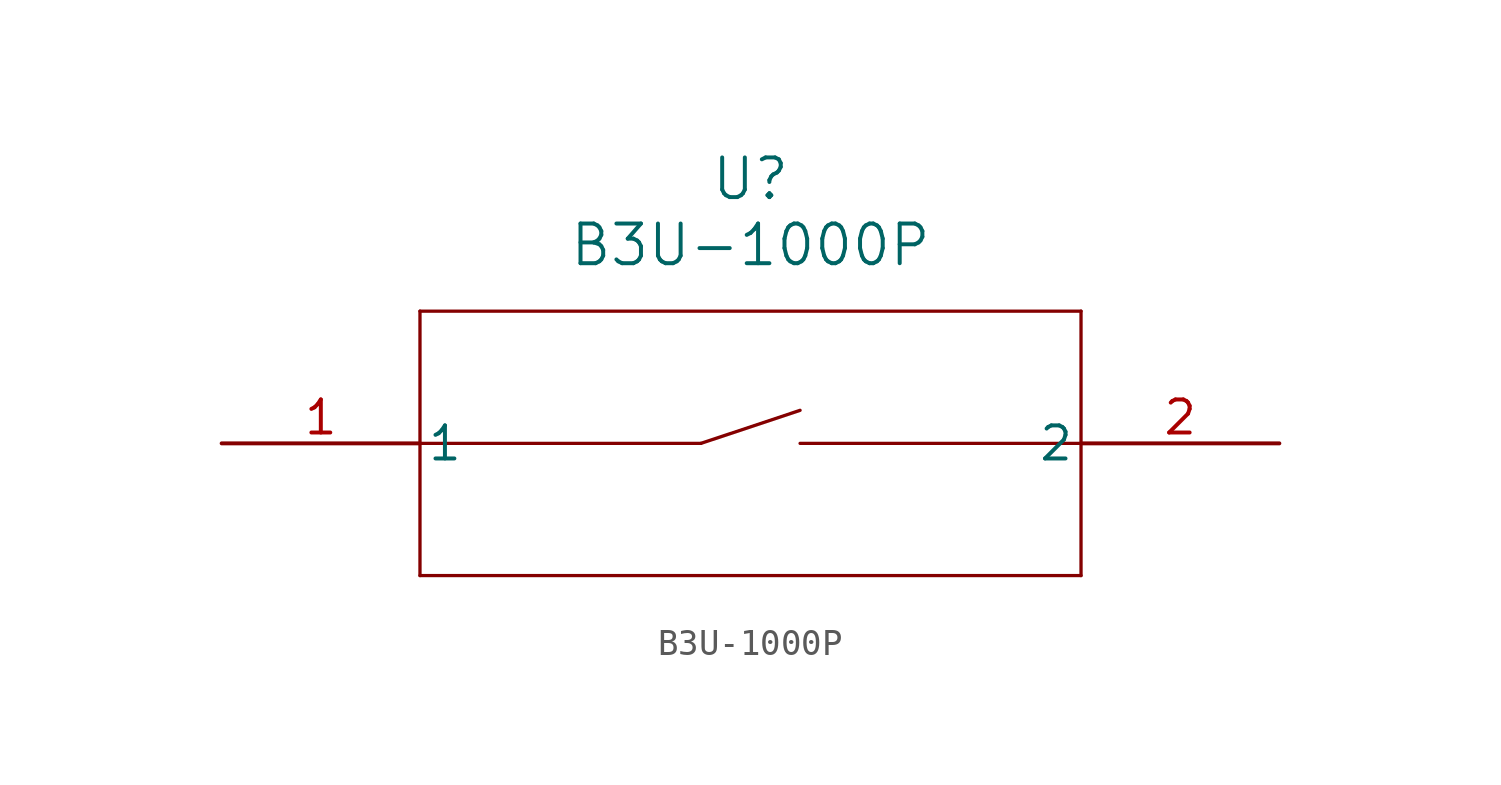
<source format=kicad_sym>
(kicad_symbol_lib
  (version 20211014)
  (generator kicad_symbol_editor)
  (symbol "B3U-1000P"
    (pin_names
      (offset 0.254))
    (property "Reference" "U"
      (at 20.32 10.16 0)
      (effects (font (size 1.524 1.524))))
    (property "Value" "B3U-1000P"
      (at 20.32 7.62 0)
      (effects (font (size 1.524 1.524))))
    (symbol "B3U-1000P_0_1"
      (polyline (pts (xy 7.62 5.08) (xy 7.62 -5.08)) (stroke (width 0.127) (type default) (color 0 0 0 0)) (fill (type none)))
      (polyline (pts (xy 7.62 -5.08) (xy 33.02 -5.08)) (stroke (width 0.127) (type default) (color 0 0 0 0)) (fill (type none)))
      (polyline (pts (xy 33.02 -5.08) (xy 33.02 5.08)) (stroke (width 0.127) (type default) (color 0 0 0 0)) (fill (type none)))
      (polyline (pts (xy 33.02 5.08) (xy 7.62 5.08)) (stroke (width 0.127) (type default) (color 0 0 0 0)) (fill (type none)))
      (polyline (pts (xy 22.225 0) (xy 33.02 0)) (stroke (width 0.127) (type default) (color 0 0 0 0)) (fill (type none)))
      (polyline (pts (xy 18.415 0) (xy 7.62 0)) (stroke (width 0.127) (type default) (color 0 0 0 0)) (fill (type none)))
      (polyline (pts (xy 18.415 0) (xy 22.225 1.27)) (stroke (width 0.127) (type default) (color 0 0 0 0)) (fill (type none)))
      (pin unspecified line (at 0 0 0) (length 7.62) (name "1" (effects (font (size 1.27 1.27)))) (number "1" (effects (font (size 1.27 1.27)))))
      (pin unspecified line (at 40.64 0 180) (length 7.62) (name "2" (effects (font (size 1.27 1.27)))) (number "2" (effects (font (size 1.27 1.27))))))))
</source>
